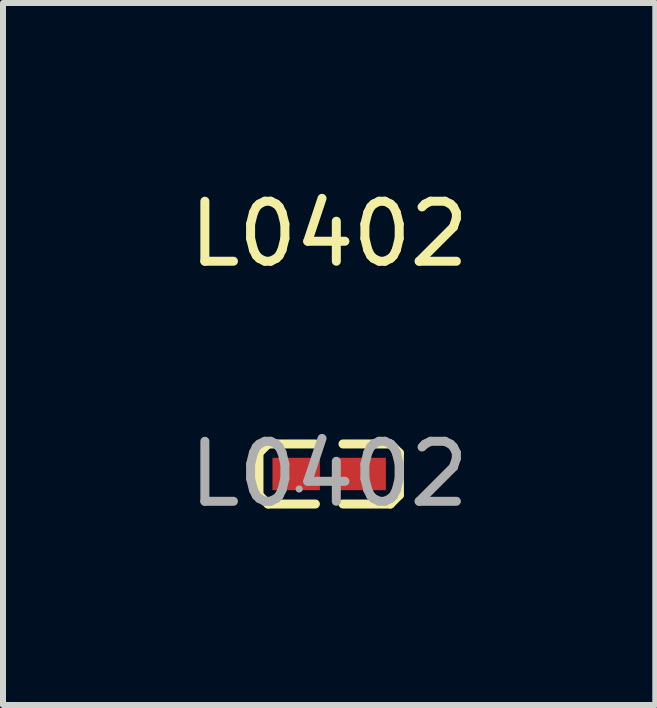
<source format=kicad_pcb>
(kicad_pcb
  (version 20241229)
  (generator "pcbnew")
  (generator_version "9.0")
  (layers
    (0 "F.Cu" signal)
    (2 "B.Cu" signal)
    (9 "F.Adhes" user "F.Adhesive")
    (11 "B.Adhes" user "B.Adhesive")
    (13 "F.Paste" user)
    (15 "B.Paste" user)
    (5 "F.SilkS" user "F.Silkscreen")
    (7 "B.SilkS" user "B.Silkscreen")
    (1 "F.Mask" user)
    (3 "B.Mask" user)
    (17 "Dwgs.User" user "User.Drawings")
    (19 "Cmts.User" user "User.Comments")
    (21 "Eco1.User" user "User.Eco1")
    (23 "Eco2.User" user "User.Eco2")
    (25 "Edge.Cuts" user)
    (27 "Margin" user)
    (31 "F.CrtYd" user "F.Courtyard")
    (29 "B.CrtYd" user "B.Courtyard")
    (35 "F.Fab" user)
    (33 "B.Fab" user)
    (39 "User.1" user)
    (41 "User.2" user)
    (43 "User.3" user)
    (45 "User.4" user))
  (footprint "L0402"
    (layer "F.Cu")
    (at 2.435 4.848)
    (property "Reference" "L0402" (at 0 -4 0) (layer "F.SilkS") (effects (font (size 1 1) (thickness 0.15))))
    (attr through_hole)
    (fp_line (start -1.17 -0.35) (end -1.02 -0.5) (stroke (width 0.15) (type solid)) (layer "F.SilkS"))
    (fp_line (start -1.17 0.35) (end -1.17 -0.35) (stroke (width 0.15) (type solid)) (layer "F.SilkS"))
    (fp_line (start -1.02 -0.5) (end -0.23 -0.5) (stroke (width 0.15) (type solid)) (layer "F.SilkS"))
    (fp_line (start -1.02 0.5) (end -1.17 0.35) (stroke (width 0.15) (type solid)) (layer "F.SilkS"))
    (fp_line (start -0.23 0.5) (end -1.02 0.5) (stroke (width 0.15) (type solid)) (layer "F.SilkS"))
    (fp_line (start 0.23 0.5) (end 1.02 0.5) (stroke (width 0.15) (type solid)) (layer "F.SilkS"))
    (fp_line (start 1.02 -0.5) (end 0.23 -0.5) (stroke (width 0.15) (type solid)) (layer "F.SilkS"))
    (fp_line (start 1.02 0.5) (end 1.17 0.35) (stroke (width 0.15) (type solid)) (layer "F.SilkS"))
    (fp_line (start 1.17 -0.35) (end 1.02 -0.5) (stroke (width 0.15) (type solid)) (layer "F.SilkS"))
    (fp_line (start 1.17 0.35) (end 1.17 -0.35) (stroke (width 0.15) (type solid)) (layer "F.SilkS"))
    (fp_circle (center -0.5 0.25) (end -0.47 0.25) (stroke (width 0.06) (type solid)) (fill no) (layer "F.Fab"))
    (fp_text user "${REFERENCE}" (at 0 0 0) (layer "F.Fab") (effects (font (size 1 1) (thickness 0.15))))
    (pad "1" smd rect (at -0.55 0) (size 0.79 0.54) (layers "F.Cu" "F.Mask" "F.Paste"))
    (pad "2" smd rect (at 0.55 0) (size 0.79 0.54) (layers "F.Cu" "F.Mask" "F.Paste")))
  (gr_rect
    (start -3 -3)
    (end 7.869 8.697)
    (stroke (width 0.1) (type default))
    (fill no)
    (layer "Edge.Cuts")))
</source>
